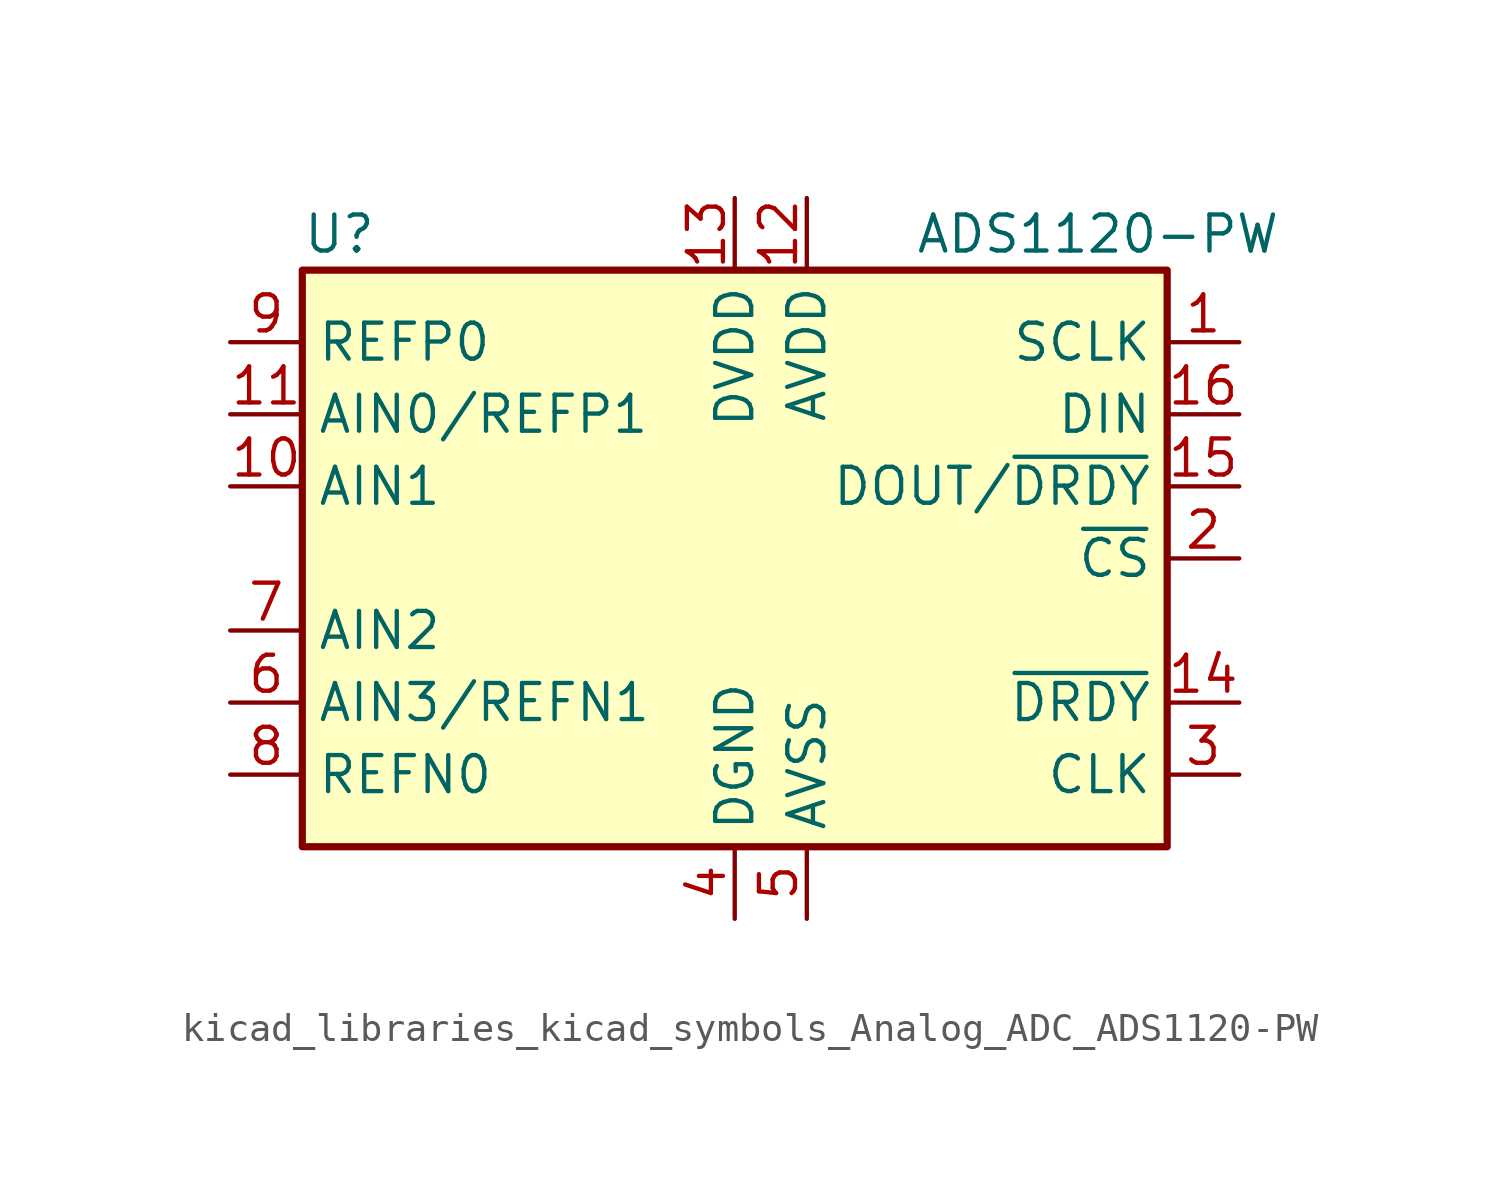
<source format=kicad_sym>
(kicad_symbol_lib
  (version 20220914)
  (generator kicad_symbol_editor)
  (symbol "kicad_libraries_kicad_symbols_Analog_ADC_ADS1120-PW"
    (property "Reference" "U"
      (at -15.24 11.43 0)
      (effects (font (size 1.27 1.27)) (justify left)))
    (property "Value" "ADS1120-PW"
      (at 6.35 11.43 0)
      (effects (font (size 1.27 1.27)) (justify left)))
    (symbol "kicad_libraries_kicad_symbols_Analog_ADC_ADS1120-PW_0_1"
      (rectangle (start -15.24 10.16) (end 15.24 -10.16) (stroke (width 0.254) (type default)) (fill (type background))))
    (symbol "kicad_libraries_kicad_symbols_Analog_ADC_ADS1120-PW_1_1"
      (pin input line (at 17.78 7.62 180) (length 2.54) (name "SCLK" (effects (font (size 1.27 1.27)))) (number "1" (effects (font (size 1.27 1.27)))))
      (pin input line (at -17.78 2.54 0) (length 2.54) (name "AIN1" (effects (font (size 1.27 1.27)))) (number "10" (effects (font (size 1.27 1.27)))))
      (pin input line (at -17.78 5.08 0) (length 2.54) (name "AIN0/REFP1" (effects (font (size 1.27 1.27)))) (number "11" (effects (font (size 1.27 1.27)))))
      (pin power_in line (at 2.54 12.7 270) (length 2.54) (name "AVDD" (effects (font (size 1.27 1.27)))) (number "12" (effects (font (size 1.27 1.27)))))
      (pin power_in line (at 0 12.7 270) (length 2.54) (name "DVDD" (effects (font (size 1.27 1.27)))) (number "13" (effects (font (size 1.27 1.27)))))
      (pin output line (at 17.78 -5.08 180) (length 2.54) (name "~{DRDY}" (effects (font (size 1.27 1.27)))) (number "14" (effects (font (size 1.27 1.27)))))
      (pin output line (at 17.78 2.54 180) (length 2.54) (name "DOUT/~{DRDY}" (effects (font (size 1.27 1.27)))) (number "15" (effects (font (size 1.27 1.27)))))
      (pin input line (at 17.78 5.08 180) (length 2.54) (name "DIN" (effects (font (size 1.27 1.27)))) (number "16" (effects (font (size 1.27 1.27)))))
      (pin input line (at 17.78 0 180) (length 2.54) (name "~{CS}" (effects (font (size 1.27 1.27)))) (number "2" (effects (font (size 1.27 1.27)))))
      (pin input line (at 17.78 -7.62 180) (length 2.54) (name "CLK" (effects (font (size 1.27 1.27)))) (number "3" (effects (font (size 1.27 1.27)))))
      (pin power_in line (at 0 -12.7 90) (length 2.54) (name "DGND" (effects (font (size 1.27 1.27)))) (number "4" (effects (font (size 1.27 1.27)))))
      (pin power_in line (at 2.54 -12.7 90) (length 2.54) (name "AVSS" (effects (font (size 1.27 1.27)))) (number "5" (effects (font (size 1.27 1.27)))))
      (pin input line (at -17.78 -5.08 0) (length 2.54) (name "AIN3/REFN1" (effects (font (size 1.27 1.27)))) (number "6" (effects (font (size 1.27 1.27)))))
      (pin input line (at -17.78 -2.54 0) (length 2.54) (name "AIN2" (effects (font (size 1.27 1.27)))) (number "7" (effects (font (size 1.27 1.27)))))
      (pin input line (at -17.78 -7.62 0) (length 2.54) (name "REFN0" (effects (font (size 1.27 1.27)))) (number "8" (effects (font (size 1.27 1.27)))))
      (pin input line (at -17.78 7.62 0) (length 2.54) (name "REFP0" (effects (font (size 1.27 1.27)))) (number "9" (effects (font (size 1.27 1.27))))))))
</source>
